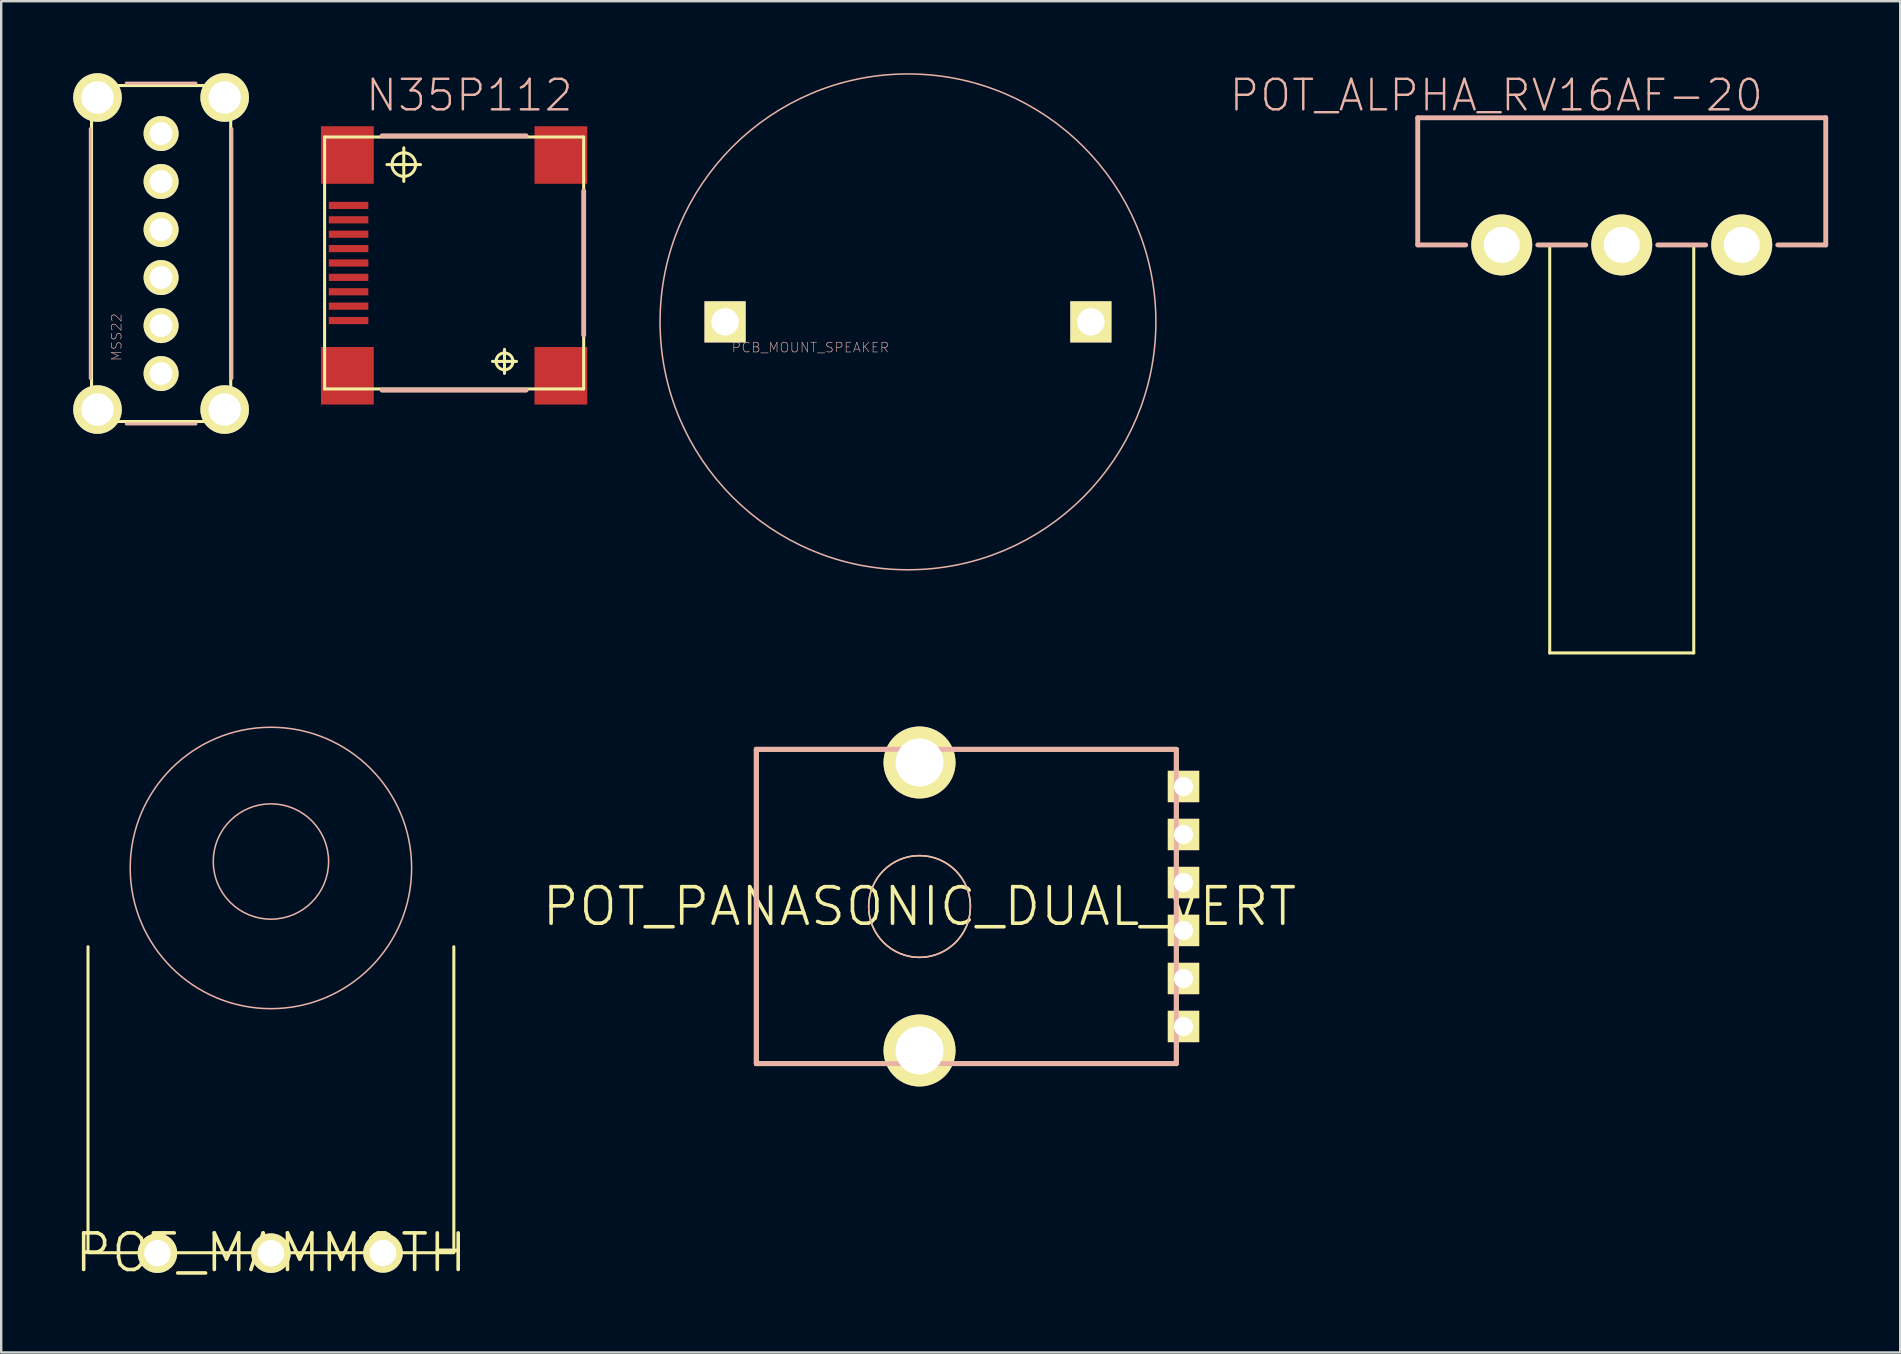
<source format=kicad_pcb>
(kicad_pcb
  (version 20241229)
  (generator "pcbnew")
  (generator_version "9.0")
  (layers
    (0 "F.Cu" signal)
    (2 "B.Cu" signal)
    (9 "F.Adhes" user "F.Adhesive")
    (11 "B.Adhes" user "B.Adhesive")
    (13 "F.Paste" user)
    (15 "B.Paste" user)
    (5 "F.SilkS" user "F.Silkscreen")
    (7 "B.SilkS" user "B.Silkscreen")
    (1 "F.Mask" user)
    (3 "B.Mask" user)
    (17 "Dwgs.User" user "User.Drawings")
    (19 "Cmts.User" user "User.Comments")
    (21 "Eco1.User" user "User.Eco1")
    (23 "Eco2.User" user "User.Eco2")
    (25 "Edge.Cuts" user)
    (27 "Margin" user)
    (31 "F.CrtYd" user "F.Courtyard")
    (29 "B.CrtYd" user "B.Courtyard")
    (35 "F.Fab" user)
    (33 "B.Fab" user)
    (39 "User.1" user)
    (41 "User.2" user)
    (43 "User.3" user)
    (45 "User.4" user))
  (footprint "POT_MAMMOTH"
    (layer "F.Cu")
    (at 8.237 49.14)
    (property "Reference" "POT_MAMMOTH" (at 0 0 0) (layer "F.SilkS") (effects (font (size 1.524 1.524) (thickness 0.15))))
    (attr exclude_from_pos_files exclude_from_bom)
    (fp_line (start -7.62 -0.028) (end -7.62 -12.748) (stroke (width 0.127) (type solid)) (layer "F.SilkS"))
    (fp_line (start -7.62 0) (end 0 0) (stroke (width 0.127) (type solid)) (layer "F.SilkS"))
    (fp_line (start 0 0) (end 7.62 0) (stroke (width 0.127) (type solid)) (layer "F.SilkS"))
    (fp_line (start 7.62 -0.028) (end 7.62 -12.748) (stroke (width 0.127) (type solid)) (layer "F.SilkS"))
    (fp_circle (center 0 -16.299) (end -1.699 -17.998) (stroke (width 0.064) (type solid)) (fill no) (layer "B.SilkS"))
    (fp_circle (center 0 -16.03) (end -4.145 -20.175) (stroke (width 0.064) (type solid)) (fill no) (layer "B.SilkS"))
    (pad "P$1" thru_hole circle (at -4.729 0.018) (size 1.648 1.648) (drill 1.1) (layers "*.Cu" "F.Mask" "F.SilkS" "F.Paste"))
    (pad "P$2" thru_hole circle (at 0 0.018) (size 1.648 1.648) (drill 1.1) (layers "*.Cu" "F.Mask" "F.SilkS" "F.Paste"))
    (pad "P$3" thru_hole circle (at 4.669 0.008) (size 1.648 1.648) (drill 1.1) (layers "*.Cu" "F.Mask" "F.SilkS" "F.Paste")))
  (footprint "PCB_MOUNT_SPEAKER"
    (layer "F.Cu")
    (at 34.777 10.359)
    (property "Reference" "PCB_MOUNT_SPEAKER" (at -4.064 1.067 0) (layer "B.SilkS") (effects (font (size 0.406 0.406) (thickness 0.025))))
    (attr exclude_from_pos_files exclude_from_bom)
    (fp_circle (center 0 0) (end -7.303 7.303) (stroke (width 0.064) (type solid)) (fill no) (layer "B.SilkS"))
    (pad "+" thru_hole rect (at -7.62 0) (size 1.714 1.714) (drill 1.143) (layers "*.Cu" "F.Mask" "F.SilkS" "F.Paste"))
    (pad "-" thru_hole rect (at 7.62 0) (size 1.714 1.714) (drill 1.143) (layers "*.Cu" "F.Mask" "F.SilkS" "F.Paste")))
  (footprint "N35P112"
    (layer "F.Cu")
    (at 15.87 7.906)
    (property "Reference" "N35P112" (at 0.635 -6.985 0) (layer "B.SilkS") (effects (font (size 1.27 1.27) (thickness 0.102))))
    (attr smd)
    (fp_line (start -5.397 -5.248) (end 5.397 -5.248) (stroke (width 0.127) (type solid)) (layer "F.SilkS"))
    (fp_line (start -5.397 5.248) (end -5.397 -5.248) (stroke (width 0.127) (type solid)) (layer "F.SilkS"))
    (fp_line (start -2.799 -4.1) (end -1.4 -4.1) (stroke (width 0.127) (type solid)) (layer "F.SilkS"))
    (fp_line (start -2.098 -3.399) (end -2.098 -4.798) (stroke (width 0.127) (type solid)) (layer "F.SilkS"))
    (fp_line (start 1.598 4.1) (end 2.598 4.1) (stroke (width 0.127) (type solid)) (layer "F.SilkS"))
    (fp_line (start 2.098 4.6) (end 2.098 3.599) (stroke (width 0.127) (type solid)) (layer "F.SilkS"))
    (fp_line (start 5.397 -5.248) (end 5.397 5.248) (stroke (width 0.127) (type solid)) (layer "F.SilkS"))
    (fp_line (start 5.397 5.248) (end -5.397 5.248) (stroke (width 0.127) (type solid)) (layer "F.SilkS"))
    (fp_circle (center -2.098 -4.1) (end -2.446 -4.448) (stroke (width 0.127) (type solid)) (fill no) (layer "F.SilkS"))
    (fp_circle (center 2.098 4.1) (end 2.347 4.348) (stroke (width 0.127) (type solid)) (fill no) (layer "F.SilkS"))
    (fp_line (start -3 -5.298) (end 3 -5.298) (stroke (width 0.203) (type solid)) (layer "B.SilkS"))
    (fp_line (start -3 5.298) (end 3 5.298) (stroke (width 0.203) (type solid)) (layer "B.SilkS"))
    (fp_line (start 5.397 -3) (end 5.397 3) (stroke (width 0.203) (type solid)) (layer "B.SilkS"))
    (pad "1" smd rect (at -4.399 2.398 180) (size 1.648 0.3) (layers "F.Cu" "F.Mask" "F.Paste"))
    (pad "2" smd rect (at -4.399 1.798 180) (size 1.648 0.3) (layers "F.Cu" "F.Mask" "F.Paste"))
    (pad "3" smd rect (at -4.399 1.199 180) (size 1.648 0.3) (layers "F.Cu" "F.Mask" "F.Paste"))
    (pad "4" smd rect (at -4.399 0.599 180) (size 1.648 0.3) (layers "F.Cu" "F.Mask" "F.Paste"))
    (pad "5" smd rect (at -4.399 0 180) (size 1.648 0.3) (layers "F.Cu" "F.Mask" "F.Paste"))
    (pad "6" smd rect (at -4.399 -0.599 180) (size 1.648 0.3) (layers "F.Cu" "F.Mask" "F.Paste"))
    (pad "7" smd rect (at -4.399 -1.199 180) (size 1.648 0.3) (layers "F.Cu" "F.Mask" "F.Paste"))
    (pad "8" smd rect (at -4.399 -1.798 180) (size 1.648 0.3) (layers "F.Cu" "F.Mask" "F.Paste"))
    (pad "9" smd rect (at -4.399 -2.398 180) (size 1.648 0.3) (layers "F.Cu" "F.Mask" "F.Paste"))
    (pad "10" smd rect (at -4.448 -4.498 180) (size 2.2 2.398) (layers "F.Cu" "F.Mask" "F.Paste"))
    (pad "11" smd rect (at 4.448 -4.498 180) (size 2.2 2.398) (layers "F.Cu" "F.Mask" "F.Paste"))
    (pad "12" smd rect (at 4.448 4.699 180) (size 2.2 2.398) (layers "F.Cu" "F.Mask" "F.Paste"))
    (pad "13" smd rect (at -4.448 4.699 180) (size 2.2 2.398) (layers "F.Cu" "F.Mask" "F.Paste")))
  (footprint "POT_ALPHA_RV16AF-20"
    (layer "F.Cu")
    (at 64.513 7.154)
    (property "Reference" "POT_ALPHA_RV16AF-20" (at -5.225 -6.233 0) (layer "B.SilkS") (effects (font (size 1.27 1.27) (thickness 0.102))))
    (attr exclude_from_pos_files exclude_from_bom)
    (fp_line (start -3 0) (end -3 16.998) (stroke (width 0.127) (type solid)) (layer "F.SilkS"))
    (fp_line (start -3 16.998) (end 3 16.998) (stroke (width 0.127) (type solid)) (layer "F.SilkS"))
    (fp_line (start 3 16.998) (end 3 0) (stroke (width 0.127) (type solid)) (layer "F.SilkS"))
    (fp_line (start -8.499 -5.298) (end 8.499 -5.298) (stroke (width 0.203) (type solid)) (layer "B.SilkS"))
    (fp_line (start -8.499 0) (end -8.499 -5.298) (stroke (width 0.203) (type solid)) (layer "B.SilkS"))
    (fp_line (start -8.499 0) (end -6.5 0) (stroke (width 0.203) (type solid)) (layer "B.SilkS"))
    (fp_line (start -3.498 0) (end -1.499 0) (stroke (width 0.203) (type solid)) (layer "B.SilkS"))
    (fp_line (start 1.499 0) (end 3.498 0) (stroke (width 0.203) (type solid)) (layer "B.SilkS"))
    (fp_line (start 6.5 0) (end 8.499 0) (stroke (width 0.203) (type solid)) (layer "B.SilkS"))
    (fp_line (start 8.499 -5.298) (end 8.499 0) (stroke (width 0.203) (type solid)) (layer "B.SilkS"))
    (pad "1" thru_hole circle (at -4.999 0) (size 2.54 2.54) (drill 1.499) (layers "*.Cu" "F.Mask" "F.SilkS" "F.Paste"))
    (pad "2" thru_hole circle (at 0 0) (size 2.54 2.54) (drill 1.499) (layers "*.Cu" "F.Mask" "F.SilkS" "F.Paste"))
    (pad "3" thru_hole circle (at 4.999 0) (size 2.54 2.54) (drill 1.499) (layers "*.Cu" "F.Mask" "F.SilkS" "F.Paste")))
  (footprint "POT_PANASONIC_DUAL_VERT"
    (layer "F.Cu")
    (at 35.258 34.715)
    (property "Reference" "POT_PANASONIC_DUAL_VERT" (at 0 0 0) (layer "F.SilkS") (effects (font (size 1.524 1.524) (thickness 0.15))))
    (attr exclude_from_pos_files exclude_from_bom)
    (fp_line (start -6.8 -6.548) (end 10.698 -6.548) (stroke (width 0.203) (type solid)) (layer "F.SilkS"))
    (fp_line (start -6.8 6.548) (end -6.8 -6.548) (stroke (width 0.203) (type solid)) (layer "F.SilkS"))
    (fp_line (start 10.698 -6.548) (end 10.698 6.548) (stroke (width 0.203) (type solid)) (layer "F.SilkS"))
    (fp_line (start 10.698 6.548) (end -6.8 6.548) (stroke (width 0.203) (type solid)) (layer "F.SilkS"))
    (fp_circle (center 0 0) (end -1.499 1.499) (stroke (width 0.064) (type solid)) (fill no) (layer "F.SilkS"))
    (fp_line (start -6.8 -6.548) (end 10.698 -6.548) (stroke (width 0.203) (type solid)) (layer "B.SilkS"))
    (fp_line (start -6.8 6.548) (end -6.8 -6.548) (stroke (width 0.203) (type solid)) (layer "B.SilkS"))
    (fp_line (start 10.698 -6.548) (end 10.698 6.548) (stroke (width 0.203) (type solid)) (layer "B.SilkS"))
    (fp_line (start 10.698 6.548) (end -6.8 6.548) (stroke (width 0.203) (type solid)) (layer "B.SilkS"))
    (fp_circle (center 0 0) (end -1.499 1.499) (stroke (width 0.064) (type solid)) (fill no) (layer "B.SilkS"))
    (pad "A1" thru_hole rect (at 10.998 3) (size 1.306 1.306) (drill 0.798) (layers "*.Cu" "F.Mask" "F.SilkS" "F.Paste"))
    (pad "A2" thru_hole rect (at 10.998 4.999) (size 1.306 1.306) (drill 0.798) (layers "*.Cu" "F.Mask" "F.SilkS" "F.Paste"))
    (pad "A3" thru_hole rect (at 10.998 -4.999) (size 1.306 1.306) (drill 0.798) (layers "*.Cu" "F.Mask" "F.SilkS" "F.Paste"))
    (pad "B1" thru_hole rect (at 10.998 0.998) (size 1.306 1.306) (drill 0.798) (layers "*.Cu" "F.Mask" "F.SilkS" "F.Paste"))
    (pad "B2" thru_hole rect (at 10.998 -0.998) (size 1.306 1.306) (drill 0.798) (layers "*.Cu" "F.Mask" "F.SilkS" "F.Paste"))
    (pad "B3" thru_hole rect (at 10.998 -3) (size 1.306 1.306) (drill 0.798) (layers "*.Cu" "F.Mask" "F.SilkS" "F.Paste"))
    (pad "P$4" thru_hole circle (at 0 5.999) (size 3 3) (drill 1.999) (layers "*.Cu" "F.Mask" "F.SilkS" "F.Paste"))
    (pad "P$5" thru_hole circle (at 0 -5.999) (size 3 3) (drill 1.999) (layers "*.Cu" "F.Mask" "F.SilkS" "F.Paste")))
  (footprint "MSS22"
    (layer "F.Cu")
    (at 1.012 14.012)
    (property "Reference" "MSS22" (at 0.795 -3.015 90) (layer "B.SilkS") (effects (font (size 0.406 0.406) (thickness 0.025))))
    (attr exclude_from_pos_files exclude_from_bom)
    (fp_line (start -0.249 -13.498) (end -0.249 0.498) (stroke (width 0.127) (type solid)) (layer "F.SilkS"))
    (fp_line (start -0.249 -13.498) (end 5.55 -13.498) (stroke (width 0.127) (type solid)) (layer "F.SilkS"))
    (fp_line (start -0.249 0.498) (end 5.55 0.498) (stroke (width 0.127) (type solid)) (layer "F.SilkS"))
    (fp_line (start 5.55 -13.498) (end 5.55 0.498) (stroke (width 0.127) (type solid)) (layer "F.SilkS"))
    (fp_line (start -0.3 -11.699) (end -0.3 -1.298) (stroke (width 0.127) (type solid)) (layer "B.SilkS"))
    (fp_line (start 1.199 -13.599) (end 4.1 -13.599) (stroke (width 0.127) (type solid)) (layer "B.SilkS"))
    (fp_line (start 1.199 0.599) (end 4.1 0.599) (stroke (width 0.127) (type solid)) (layer "B.SilkS"))
    (fp_line (start 5.598 -11.699) (end 5.598 -1.298) (stroke (width 0.127) (type solid)) (layer "B.SilkS"))
    (pad "1" thru_hole circle (at 2.649 -11.499) (size 1.458 1.458) (drill 0.95) (layers "*.Cu" "F.Mask" "F.SilkS" "F.Paste"))
    (pad "2" thru_hole circle (at 2.649 -9.5) (size 1.458 1.458) (drill 0.95) (layers "*.Cu" "F.Mask" "F.SilkS" "F.Paste"))
    (pad "3" thru_hole circle (at 2.649 -7.498) (size 1.458 1.458) (drill 0.95) (layers "*.Cu" "F.Mask" "F.SilkS" "F.Paste"))
    (pad "4" thru_hole circle (at 2.649 -5.499) (size 1.458 1.458) (drill 0.95) (layers "*.Cu" "F.Mask" "F.SilkS" "F.Paste"))
    (pad "5" thru_hole circle (at 2.649 -3.498) (size 1.458 1.458) (drill 0.95) (layers "*.Cu" "F.Mask" "F.SilkS" "F.Paste"))
    (pad "6" thru_hole circle (at 2.649 -1.499) (size 1.458 1.458) (drill 0.95) (layers "*.Cu" "F.Mask" "F.SilkS" "F.Paste"))
    (pad "NC@1" thru_hole circle (at 0 -13) (size 2.024 2.024) (drill 1.349) (layers "*.Cu" "F.Mask" "F.SilkS" "F.Paste"))
    (pad "NC@2" thru_hole circle (at 5.298 -13) (size 2.024 2.024) (drill 1.349) (layers "*.Cu" "F.Mask" "F.SilkS" "F.Paste"))
    (pad "NC@3" thru_hole circle (at 0 0) (size 2.024 2.024) (drill 1.349) (layers "*.Cu" "F.Mask" "F.SilkS" "F.Paste"))
    (pad "NC@4" thru_hole circle (at 5.298 0) (size 2.024 2.024) (drill 1.349) (layers "*.Cu" "F.Mask" "F.SilkS" "F.Paste")))
  (gr_rect
    (start -3 -3)
    (end 76.114 53.294)
    (stroke (width 0.1) (type default))
    (fill no)
    (layer "Edge.Cuts")))
</source>
